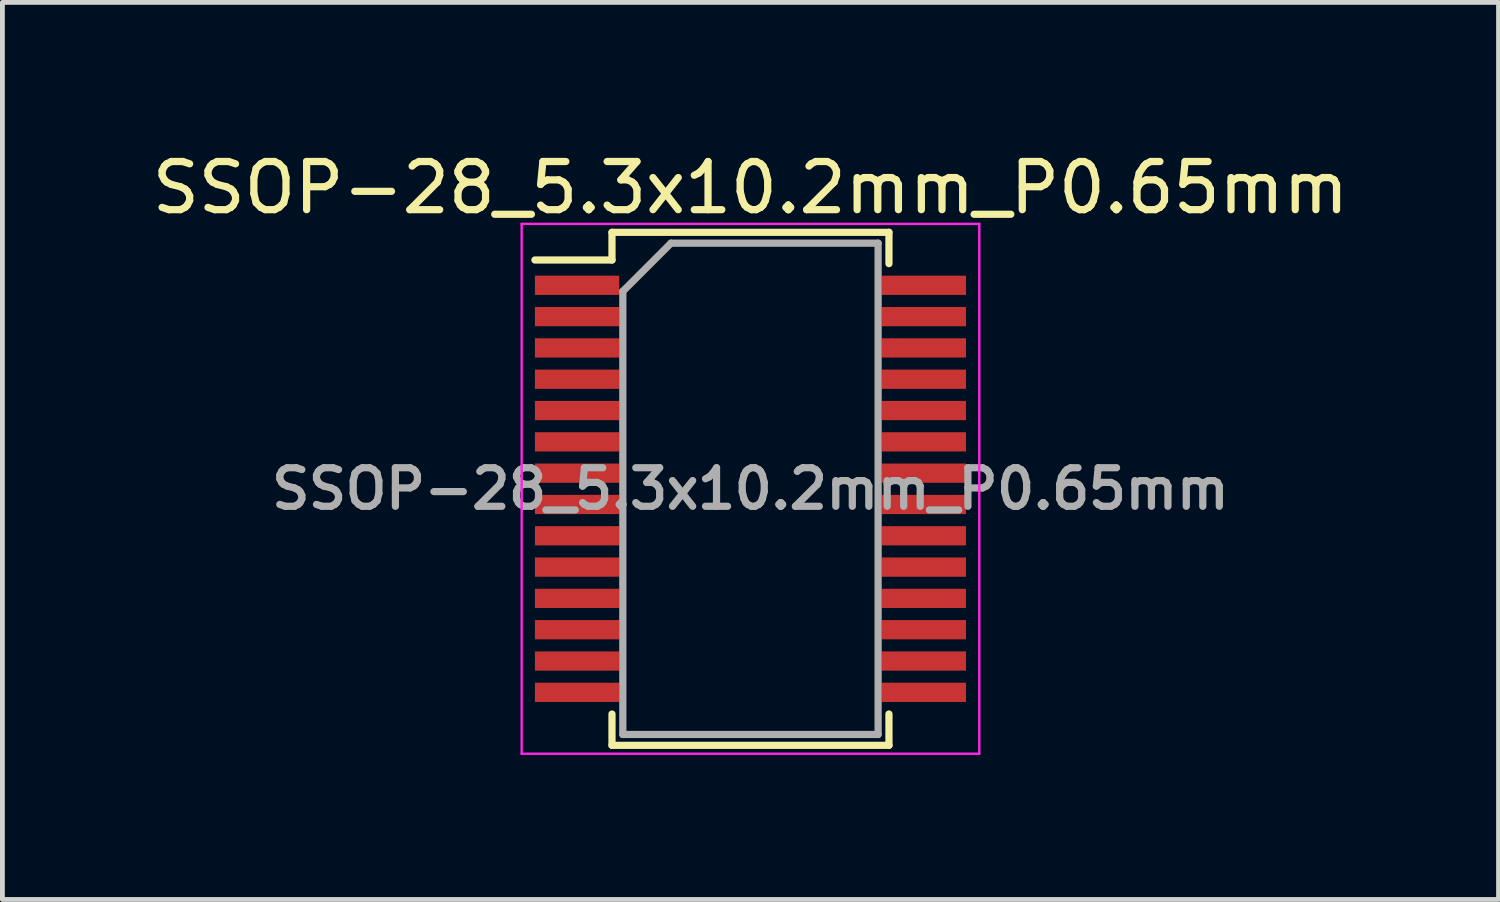
<source format=kicad_pcb>
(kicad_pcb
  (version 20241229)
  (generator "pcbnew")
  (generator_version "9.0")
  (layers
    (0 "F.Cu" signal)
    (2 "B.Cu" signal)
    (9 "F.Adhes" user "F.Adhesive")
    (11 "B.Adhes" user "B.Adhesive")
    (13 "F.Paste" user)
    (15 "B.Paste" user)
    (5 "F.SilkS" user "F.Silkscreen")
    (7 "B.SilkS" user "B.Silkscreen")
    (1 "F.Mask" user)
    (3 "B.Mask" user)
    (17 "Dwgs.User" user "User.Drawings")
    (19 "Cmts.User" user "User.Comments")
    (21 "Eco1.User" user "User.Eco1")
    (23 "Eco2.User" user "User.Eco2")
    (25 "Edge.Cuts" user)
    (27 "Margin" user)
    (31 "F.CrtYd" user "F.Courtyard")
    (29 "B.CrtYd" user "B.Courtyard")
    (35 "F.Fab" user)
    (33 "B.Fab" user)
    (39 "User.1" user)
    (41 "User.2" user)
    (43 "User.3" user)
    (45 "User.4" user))
  (footprint "SSOP-28_5.3x10.2mm_P0.65mm"
    (layer "F.Cu")
    (at 12.53 7.098)
    (property "Reference" "SSOP-28_5.3x10.2mm_P0.65mm" (at 0 -6.25 0) (layer "F.SilkS") (effects (font (size 1 1) (thickness 0.15))))
    (attr smd)
    (fp_line (start -2.875 -5.325) (end -2.875 -4.75) (stroke (width 0.15) (type solid)) (layer "F.SilkS"))
    (fp_line (start -2.875 -5.325) (end 2.875 -5.325) (stroke (width 0.15) (type solid)) (layer "F.SilkS"))
    (fp_line (start -2.875 -4.75) (end -4.475 -4.75) (stroke (width 0.15) (type solid)) (layer "F.SilkS"))
    (fp_line (start -2.875 5.325) (end -2.875 4.675) (stroke (width 0.15) (type solid)) (layer "F.SilkS"))
    (fp_line (start -2.875 5.325) (end 2.875 5.325) (stroke (width 0.15) (type solid)) (layer "F.SilkS"))
    (fp_line (start 2.875 -5.325) (end 2.875 -4.675) (stroke (width 0.15) (type solid)) (layer "F.SilkS"))
    (fp_line (start 2.875 5.325) (end 2.875 4.675) (stroke (width 0.15) (type solid)) (layer "F.SilkS"))
    (fp_line (start -4.75 -5.5) (end -4.75 5.5) (stroke (width 0.05) (type solid)) (layer "F.CrtYd"))
    (fp_line (start -4.75 -5.5) (end 4.75 -5.5) (stroke (width 0.05) (type solid)) (layer "F.CrtYd"))
    (fp_line (start -4.75 5.5) (end 4.75 5.5) (stroke (width 0.05) (type solid)) (layer "F.CrtYd"))
    (fp_line (start 4.75 -5.5) (end 4.75 5.5) (stroke (width 0.05) (type solid)) (layer "F.CrtYd"))
    (fp_line (start -2.65 -4.1) (end -1.65 -5.1) (stroke (width 0.15) (type solid)) (layer "F.Fab"))
    (fp_line (start -2.65 5.1) (end -2.65 -4.1) (stroke (width 0.15) (type solid)) (layer "F.Fab"))
    (fp_line (start -1.65 -5.1) (end 2.65 -5.1) (stroke (width 0.15) (type solid)) (layer "F.Fab"))
    (fp_line (start 2.65 -5.1) (end 2.65 5.1) (stroke (width 0.15) (type solid)) (layer "F.Fab"))
    (fp_line (start 2.65 5.1) (end -2.65 5.1) (stroke (width 0.15) (type solid)) (layer "F.Fab"))
    (fp_text user "${REFERENCE}" (at 0 0 0) (layer "F.Fab") (effects (font (size 0.8 0.8) (thickness 0.15))))
    (pad "1" smd rect (at -3.6 -4.225) (size 1.75 0.4) (layers "F.Cu" "F.Mask" "F.Paste"))
    (pad "2" smd rect (at -3.6 -3.575) (size 1.75 0.4) (layers "F.Cu" "F.Mask" "F.Paste"))
    (pad "3" smd rect (at -3.6 -2.925) (size 1.75 0.4) (layers "F.Cu" "F.Mask" "F.Paste"))
    (pad "4" smd rect (at -3.6 -2.275) (size 1.75 0.4) (layers "F.Cu" "F.Mask" "F.Paste"))
    (pad "5" smd rect (at -3.6 -1.625) (size 1.75 0.4) (layers "F.Cu" "F.Mask" "F.Paste"))
    (pad "6" smd rect (at -3.6 -0.975) (size 1.75 0.4) (layers "F.Cu" "F.Mask" "F.Paste"))
    (pad "7" smd rect (at -3.6 -0.325) (size 1.75 0.4) (layers "F.Cu" "F.Mask" "F.Paste"))
    (pad "8" smd rect (at -3.6 0.325) (size 1.75 0.4) (layers "F.Cu" "F.Mask" "F.Paste"))
    (pad "9" smd rect (at -3.6 0.975) (size 1.75 0.4) (layers "F.Cu" "F.Mask" "F.Paste"))
    (pad "10" smd rect (at -3.6 1.625) (size 1.75 0.4) (layers "F.Cu" "F.Mask" "F.Paste"))
    (pad "11" smd rect (at -3.6 2.275) (size 1.75 0.4) (layers "F.Cu" "F.Mask" "F.Paste"))
    (pad "12" smd rect (at -3.6 2.925) (size 1.75 0.4) (layers "F.Cu" "F.Mask" "F.Paste"))
    (pad "13" smd rect (at -3.6 3.575) (size 1.75 0.4) (layers "F.Cu" "F.Mask" "F.Paste"))
    (pad "14" smd rect (at -3.6 4.225) (size 1.75 0.4) (layers "F.Cu" "F.Mask" "F.Paste"))
    (pad "15" smd rect (at 3.6 4.225) (size 1.75 0.4) (layers "F.Cu" "F.Mask" "F.Paste"))
    (pad "16" smd rect (at 3.6 3.575) (size 1.75 0.4) (layers "F.Cu" "F.Mask" "F.Paste"))
    (pad "17" smd rect (at 3.6 2.925) (size 1.75 0.4) (layers "F.Cu" "F.Mask" "F.Paste"))
    (pad "18" smd rect (at 3.6 2.275) (size 1.75 0.4) (layers "F.Cu" "F.Mask" "F.Paste"))
    (pad "19" smd rect (at 3.6 1.625) (size 1.75 0.4) (layers "F.Cu" "F.Mask" "F.Paste"))
    (pad "20" smd rect (at 3.6 0.975) (size 1.75 0.4) (layers "F.Cu" "F.Mask" "F.Paste"))
    (pad "21" smd rect (at 3.6 0.325) (size 1.75 0.4) (layers "F.Cu" "F.Mask" "F.Paste"))
    (pad "22" smd rect (at 3.6 -0.325) (size 1.75 0.4) (layers "F.Cu" "F.Mask" "F.Paste"))
    (pad "23" smd rect (at 3.6 -0.975) (size 1.75 0.4) (layers "F.Cu" "F.Mask" "F.Paste"))
    (pad "24" smd rect (at 3.6 -1.625) (size 1.75 0.4) (layers "F.Cu" "F.Mask" "F.Paste"))
    (pad "25" smd rect (at 3.6 -2.275) (size 1.75 0.4) (layers "F.Cu" "F.Mask" "F.Paste"))
    (pad "26" smd rect (at 3.6 -2.925) (size 1.75 0.4) (layers "F.Cu" "F.Mask" "F.Paste"))
    (pad "27" smd rect (at 3.6 -3.575) (size 1.75 0.4) (layers "F.Cu" "F.Mask" "F.Paste"))
    (pad "28" smd rect (at 3.6 -4.225) (size 1.75 0.4) (layers "F.Cu" "F.Mask" "F.Paste")))
  (gr_rect
    (start -3 -3)
    (end 28.06 15.623)
    (stroke (width 0.1) (type default))
    (fill no)
    (layer "Edge.Cuts")))
</source>
